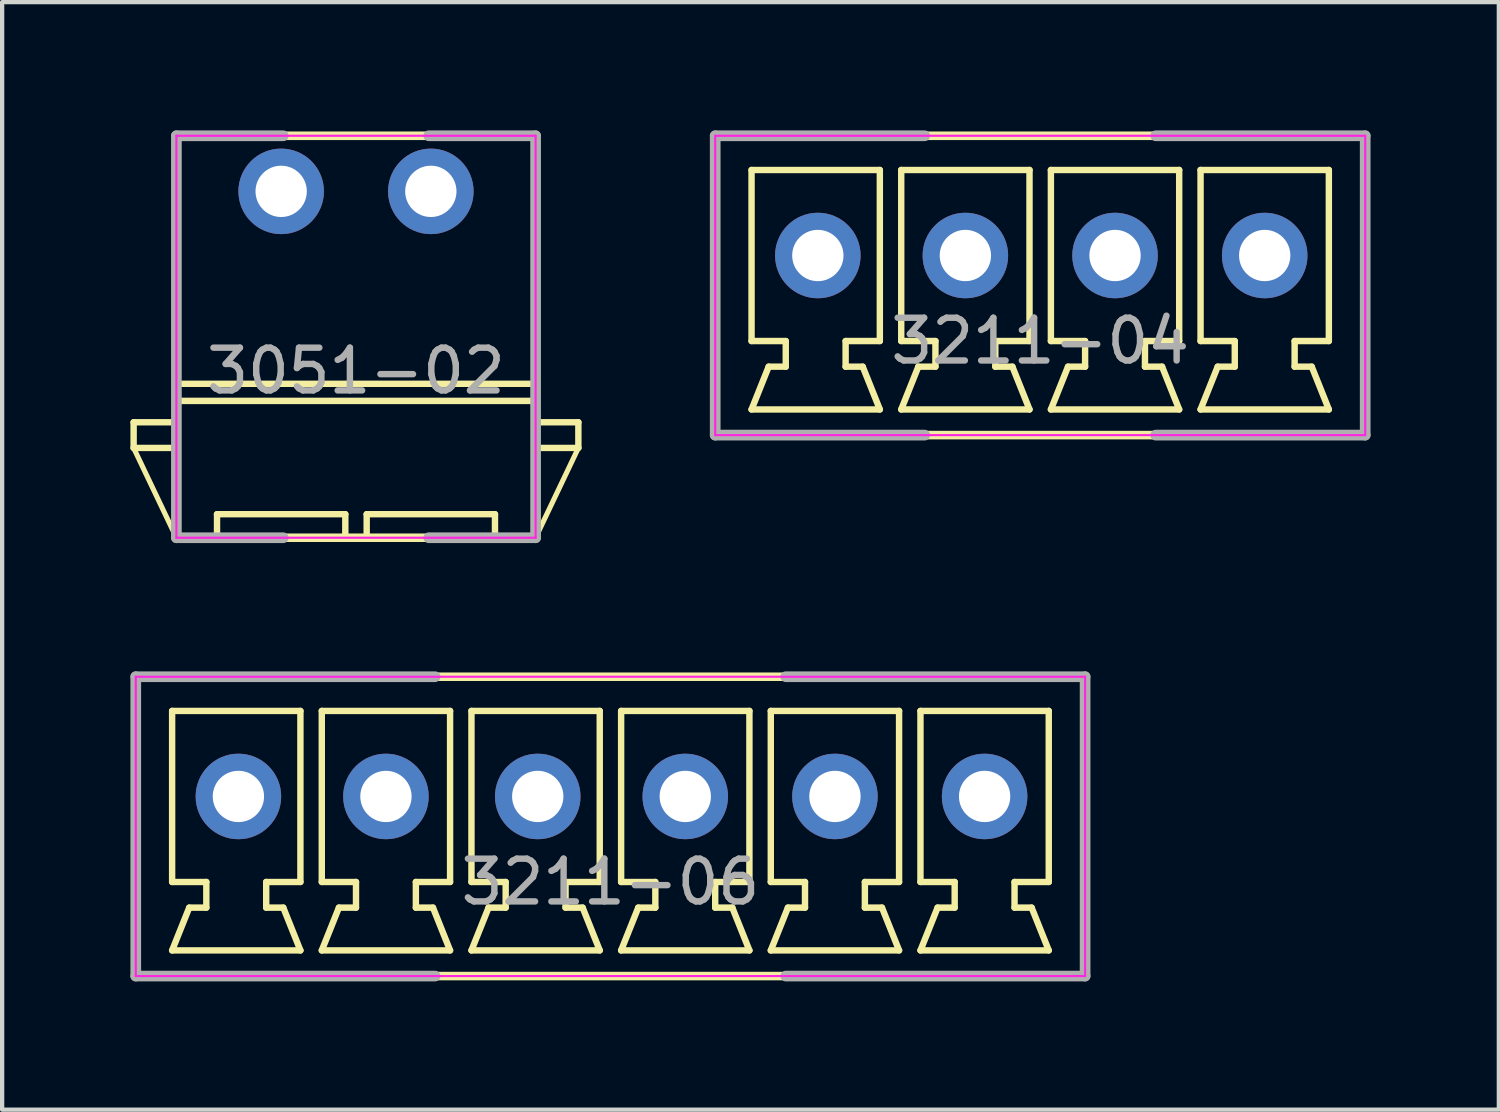
<source format=kicad_pcb>
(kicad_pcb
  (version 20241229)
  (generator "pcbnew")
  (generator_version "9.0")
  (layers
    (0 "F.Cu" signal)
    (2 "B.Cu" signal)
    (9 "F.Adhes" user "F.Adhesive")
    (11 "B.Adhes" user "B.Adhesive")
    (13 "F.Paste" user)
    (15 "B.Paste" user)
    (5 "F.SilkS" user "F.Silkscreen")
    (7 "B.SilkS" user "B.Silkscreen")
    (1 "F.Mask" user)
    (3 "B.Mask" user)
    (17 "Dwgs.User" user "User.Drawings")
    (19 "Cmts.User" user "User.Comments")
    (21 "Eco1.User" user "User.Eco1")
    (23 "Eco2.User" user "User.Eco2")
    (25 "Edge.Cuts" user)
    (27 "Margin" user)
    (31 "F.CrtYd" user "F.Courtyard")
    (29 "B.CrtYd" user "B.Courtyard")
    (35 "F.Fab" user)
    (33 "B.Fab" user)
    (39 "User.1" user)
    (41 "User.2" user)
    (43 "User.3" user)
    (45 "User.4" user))
  (footprint "3211-06"
    (layer "F.Cu")
    (at 11.225 15.575)
    (property "Reference" "3211-06" (at 0 2 180) (layer "F.Fab") (effects (font (size 1 1) (thickness 0.15))))
    (attr through_hole)
    (fp_line (start -11.1 4.2) (end -11.1 -2.8) (stroke (width 0.2) (type solid)) (layer "F.SilkS"))
    (fp_line (start -10.25 -2) (end -10.25 2) (stroke (width 0.15) (type solid)) (layer "F.SilkS"))
    (fp_line (start -10.25 3.6) (end -9.85 2.6) (stroke (width 0.15) (type solid)) (layer "F.SilkS"))
    (fp_line (start -9.85 2.6) (end -9.45 2.6) (stroke (width 0.15) (type solid)) (layer "F.SilkS"))
    (fp_line (start -9.45 2) (end -10.25 2) (stroke (width 0.15) (type solid)) (layer "F.SilkS"))
    (fp_line (start -9.45 2) (end -9.45 2.6) (stroke (width 0.15) (type solid)) (layer "F.SilkS"))
    (fp_line (start -8.05 2) (end -8.05 2.6) (stroke (width 0.15) (type solid)) (layer "F.SilkS"))
    (fp_line (start -8.05 2.6) (end -7.65 2.6) (stroke (width 0.15) (type solid)) (layer "F.SilkS"))
    (fp_line (start -7.65 2.6) (end -7.25 3.6) (stroke (width 0.15) (type solid)) (layer "F.SilkS"))
    (fp_line (start -7.25 -2) (end -10.25 -2) (stroke (width 0.15) (type solid)) (layer "F.SilkS"))
    (fp_line (start -7.25 -2) (end -7.25 2) (stroke (width 0.15) (type solid)) (layer "F.SilkS"))
    (fp_line (start -7.25 2) (end -8.05 2) (stroke (width 0.15) (type solid)) (layer "F.SilkS"))
    (fp_line (start -7.25 3.6) (end -10.25 3.6) (stroke (width 0.15) (type solid)) (layer "F.SilkS"))
    (fp_line (start -6.75 -2) (end -6.75 2) (stroke (width 0.15) (type solid)) (layer "F.SilkS"))
    (fp_line (start -6.75 3.6) (end -6.35 2.6) (stroke (width 0.15) (type solid)) (layer "F.SilkS"))
    (fp_line (start -6.35 2.6) (end -5.95 2.6) (stroke (width 0.15) (type solid)) (layer "F.SilkS"))
    (fp_line (start -5.95 2) (end -6.75 2) (stroke (width 0.15) (type solid)) (layer "F.SilkS"))
    (fp_line (start -5.95 2) (end -5.95 2.6) (stroke (width 0.15) (type solid)) (layer "F.SilkS"))
    (fp_line (start -4.55 2) (end -4.55 2.6) (stroke (width 0.15) (type solid)) (layer "F.SilkS"))
    (fp_line (start -4.55 2.6) (end -4.15 2.6) (stroke (width 0.15) (type solid)) (layer "F.SilkS"))
    (fp_line (start -4.15 2.6) (end -3.75 3.6) (stroke (width 0.15) (type solid)) (layer "F.SilkS"))
    (fp_line (start -3.75 -2) (end -6.75 -2) (stroke (width 0.15) (type solid)) (layer "F.SilkS"))
    (fp_line (start -3.75 -2) (end -3.75 2) (stroke (width 0.15) (type solid)) (layer "F.SilkS"))
    (fp_line (start -3.75 2) (end -4.55 2) (stroke (width 0.15) (type solid)) (layer "F.SilkS"))
    (fp_line (start -3.75 3.6) (end -6.75 3.6) (stroke (width 0.15) (type solid)) (layer "F.SilkS"))
    (fp_line (start -3.25 -2) (end -3.25 2) (stroke (width 0.15) (type solid)) (layer "F.SilkS"))
    (fp_line (start -3.25 3.6) (end -2.85 2.6) (stroke (width 0.15) (type solid)) (layer "F.SilkS"))
    (fp_line (start -2.85 2.6) (end -2.45 2.6) (stroke (width 0.15) (type solid)) (layer "F.SilkS"))
    (fp_line (start -2.45 2) (end -3.25 2) (stroke (width 0.15) (type solid)) (layer "F.SilkS"))
    (fp_line (start -2.45 2) (end -2.45 2.6) (stroke (width 0.15) (type solid)) (layer "F.SilkS"))
    (fp_line (start -1.05 2) (end -1.05 2.6) (stroke (width 0.15) (type solid)) (layer "F.SilkS"))
    (fp_line (start -1.05 2.6) (end -0.65 2.6) (stroke (width 0.15) (type solid)) (layer "F.SilkS"))
    (fp_line (start -0.65 2.6) (end -0.25 3.6) (stroke (width 0.15) (type solid)) (layer "F.SilkS"))
    (fp_line (start -0.25 -2) (end -3.25 -2) (stroke (width 0.15) (type solid)) (layer "F.SilkS"))
    (fp_line (start -0.25 -2) (end -0.25 2) (stroke (width 0.15) (type solid)) (layer "F.SilkS"))
    (fp_line (start -0.25 2) (end -1.05 2) (stroke (width 0.15) (type solid)) (layer "F.SilkS"))
    (fp_line (start -0.25 3.6) (end -3.25 3.6) (stroke (width 0.15) (type solid)) (layer "F.SilkS"))
    (fp_line (start 0.25 -2) (end 0.25 2) (stroke (width 0.15) (type solid)) (layer "F.SilkS"))
    (fp_line (start 0.25 3.6) (end 0.65 2.6) (stroke (width 0.15) (type solid)) (layer "F.SilkS"))
    (fp_line (start 0.65 2.6) (end 1.05 2.6) (stroke (width 0.15) (type solid)) (layer "F.SilkS"))
    (fp_line (start 1.05 2) (end 0.25 2) (stroke (width 0.15) (type solid)) (layer "F.SilkS"))
    (fp_line (start 1.05 2) (end 1.05 2.6) (stroke (width 0.15) (type solid)) (layer "F.SilkS"))
    (fp_line (start 2.45 2) (end 2.45 2.6) (stroke (width 0.15) (type solid)) (layer "F.SilkS"))
    (fp_line (start 2.45 2.6) (end 2.85 2.6) (stroke (width 0.15) (type solid)) (layer "F.SilkS"))
    (fp_line (start 2.85 2.6) (end 3.25 3.6) (stroke (width 0.15) (type solid)) (layer "F.SilkS"))
    (fp_line (start 3.25 -2) (end 0.25 -2) (stroke (width 0.15) (type solid)) (layer "F.SilkS"))
    (fp_line (start 3.25 -2) (end 3.25 2) (stroke (width 0.15) (type solid)) (layer "F.SilkS"))
    (fp_line (start 3.25 2) (end 2.45 2) (stroke (width 0.15) (type solid)) (layer "F.SilkS"))
    (fp_line (start 3.25 3.6) (end 0.25 3.6) (stroke (width 0.15) (type solid)) (layer "F.SilkS"))
    (fp_line (start 3.75 -2) (end 3.75 2) (stroke (width 0.15) (type solid)) (layer "F.SilkS"))
    (fp_line (start 3.75 3.6) (end 4.15 2.6) (stroke (width 0.15) (type solid)) (layer "F.SilkS"))
    (fp_line (start 4.15 2.6) (end 4.55 2.6) (stroke (width 0.15) (type solid)) (layer "F.SilkS"))
    (fp_line (start 4.55 2) (end 3.75 2) (stroke (width 0.15) (type solid)) (layer "F.SilkS"))
    (fp_line (start 4.55 2) (end 4.55 2.6) (stroke (width 0.15) (type solid)) (layer "F.SilkS"))
    (fp_line (start 5.95 2) (end 5.95 2.6) (stroke (width 0.15) (type solid)) (layer "F.SilkS"))
    (fp_line (start 5.95 2.6) (end 6.35 2.6) (stroke (width 0.15) (type solid)) (layer "F.SilkS"))
    (fp_line (start 6.35 2.6) (end 6.75 3.6) (stroke (width 0.15) (type solid)) (layer "F.SilkS"))
    (fp_line (start 6.75 -2) (end 3.75 -2) (stroke (width 0.15) (type solid)) (layer "F.SilkS"))
    (fp_line (start 6.75 -2) (end 6.75 2) (stroke (width 0.15) (type solid)) (layer "F.SilkS"))
    (fp_line (start 6.75 2) (end 5.95 2) (stroke (width 0.15) (type solid)) (layer "F.SilkS"))
    (fp_line (start 6.75 3.6) (end 3.75 3.6) (stroke (width 0.15) (type solid)) (layer "F.SilkS"))
    (fp_line (start 7.25 -2) (end 7.25 2) (stroke (width 0.15) (type solid)) (layer "F.SilkS"))
    (fp_line (start 7.25 3.6) (end 7.65 2.6) (stroke (width 0.15) (type solid)) (layer "F.SilkS"))
    (fp_line (start 7.65 2.6) (end 8.05 2.6) (stroke (width 0.15) (type solid)) (layer "F.SilkS"))
    (fp_line (start 8.05 2) (end 7.25 2) (stroke (width 0.15) (type solid)) (layer "F.SilkS"))
    (fp_line (start 8.05 2) (end 8.05 2.6) (stroke (width 0.15) (type solid)) (layer "F.SilkS"))
    (fp_line (start 9.45 2) (end 9.45 2.6) (stroke (width 0.15) (type solid)) (layer "F.SilkS"))
    (fp_line (start 9.45 2.6) (end 9.85 2.6) (stroke (width 0.15) (type solid)) (layer "F.SilkS"))
    (fp_line (start 9.85 2.6) (end 10.25 3.6) (stroke (width 0.15) (type solid)) (layer "F.SilkS"))
    (fp_line (start 10.25 -2) (end 7.25 -2) (stroke (width 0.15) (type solid)) (layer "F.SilkS"))
    (fp_line (start 10.25 -2) (end 10.25 2) (stroke (width 0.15) (type solid)) (layer "F.SilkS"))
    (fp_line (start 10.25 2) (end 9.45 2) (stroke (width 0.15) (type solid)) (layer "F.SilkS"))
    (fp_line (start 10.25 3.6) (end 7.25 3.6) (stroke (width 0.15) (type solid)) (layer "F.SilkS"))
    (fp_line (start 11.1 -2.8) (end -11.1 -2.8) (stroke (width 0.2) (type solid)) (layer "F.SilkS"))
    (fp_line (start 11.1 4.2) (end -11.1 4.2) (stroke (width 0.2) (type solid)) (layer "F.SilkS"))
    (fp_line (start 11.1 4.2) (end 11.1 -2.8) (stroke (width 0.2) (type solid)) (layer "F.SilkS"))
    (fp_line (start -11.1 4.2) (end -11.1 -2.8) (stroke (width 0.05) (type solid)) (layer "F.CrtYd"))
    (fp_line (start 11.1 -2.8) (end -11.1 -2.8) (stroke (width 0.05) (type solid)) (layer "F.CrtYd"))
    (fp_line (start 11.1 4.2) (end -11.1 4.2) (stroke (width 0.05) (type solid)) (layer "F.CrtYd"))
    (fp_line (start 11.1 4.2) (end 11.1 -2.8) (stroke (width 0.05) (type solid)) (layer "F.CrtYd"))
    (fp_line (start -11.1 4.2) (end -11.1 -2.8) (stroke (width 0.25) (type solid)) (layer "F.Fab"))
    (fp_line (start -4.1 -2.8) (end -11.1 -2.8) (stroke (width 0.25) (type solid)) (layer "F.Fab"))
    (fp_line (start -4.1 4.2) (end -11.1 4.2) (stroke (width 0.25) (type solid)) (layer "F.Fab"))
    (fp_line (start 11.1 -2.8) (end 4.1 -2.8) (stroke (width 0.25) (type solid)) (layer "F.Fab"))
    (fp_line (start 11.1 4.2) (end 4.1 4.2) (stroke (width 0.25) (type solid)) (layer "F.Fab"))
    (fp_line (start 11.1 4.2) (end 11.1 -2.8) (stroke (width 0.25) (type solid)) (layer "F.Fab"))
    (pad "1" thru_hole circle (at -8.7 0) (size 2 2) (drill 1.2) (layers "*.Cu" "*.Mask"))
    (pad "2" thru_hole circle (at -5.25 0) (size 2 2) (drill 1.2) (layers "*.Cu" "*.Mask"))
    (pad "3" thru_hole circle (at -1.7 0) (size 2 2) (drill 1.2) (layers "*.Cu" "*.Mask"))
    (pad "4" thru_hole circle (at 1.75 0) (size 2 2) (drill 1.2) (layers "*.Cu" "*.Mask"))
    (pad "5" thru_hole circle (at 5.25 0) (size 2 2) (drill 1.2) (layers "*.Cu" "*.Mask"))
    (pad "6" thru_hole circle (at 8.75 0) (size 2 2) (drill 1.2) (layers "*.Cu" "*.Mask")))
  (footprint "3051-02"
    (layer "F.Cu")
    (at 5.275 1.425)
    (property "Reference" "3051-02" (at 0 4.2 0) (layer "F.Fab") (effects (font (size 1 1) (thickness 0.15))))
    (attr through_hole)
    (fp_line (start -5.2 5.4) (end -5.2 6) (stroke (width 0.15) (type solid)) (layer "F.SilkS"))
    (fp_line (start -5.2 6) (end -4.2 6) (stroke (width 0.15) (type solid)) (layer "F.SilkS"))
    (fp_line (start -5.2 6) (end -4.2 8.1) (stroke (width 0.12) (type solid)) (layer "F.SilkS"))
    (fp_line (start -4.2 -1.3) (end -4.2 8.1) (stroke (width 0.2) (type solid)) (layer "F.SilkS"))
    (fp_line (start -4.2 -1.3) (end 4.2 -1.3) (stroke (width 0.2) (type solid)) (layer "F.SilkS"))
    (fp_line (start -4.2 4.5) (end 4.2 4.5) (stroke (width 0.15) (type solid)) (layer "F.SilkS"))
    (fp_line (start -4.2 5.4) (end -5.2 5.4) (stroke (width 0.15) (type solid)) (layer "F.SilkS"))
    (fp_line (start -4.2 8.1) (end 4.2 8.1) (stroke (width 0.2) (type solid)) (layer "F.SilkS"))
    (fp_line (start -3.25 7.55) (end -0.25 7.55) (stroke (width 0.15) (type solid)) (layer "F.SilkS"))
    (fp_line (start -3.25 8.1) (end -3.25 7.55) (stroke (width 0.15) (type solid)) (layer "F.SilkS"))
    (fp_line (start -0.25 7.55) (end -0.25 8) (stroke (width 0.15) (type solid)) (layer "F.SilkS"))
    (fp_line (start 0.25 7.55) (end 3.25 7.55) (stroke (width 0.15) (type solid)) (layer "F.SilkS"))
    (fp_line (start 0.25 8) (end 0.25 7.55) (stroke (width 0.15) (type solid)) (layer "F.SilkS"))
    (fp_line (start 3.25 7.55) (end 3.25 8.1) (stroke (width 0.15) (type solid)) (layer "F.SilkS"))
    (fp_line (start 4.2 -1.3) (end 4.2 8.1) (stroke (width 0.2) (type solid)) (layer "F.SilkS"))
    (fp_line (start 4.2 4.9) (end -4.2 4.9) (stroke (width 0.15) (type solid)) (layer "F.SilkS"))
    (fp_line (start 4.2 6) (end 5.2 6) (stroke (width 0.15) (type solid)) (layer "F.SilkS"))
    (fp_line (start 5.2 5.4) (end 4.2 5.4) (stroke (width 0.15) (type solid)) (layer "F.SilkS"))
    (fp_line (start 5.2 6) (end 4.2 8.1) (stroke (width 0.12) (type solid)) (layer "F.SilkS"))
    (fp_line (start 5.2 6) (end 5.2 5.4) (stroke (width 0.15) (type solid)) (layer "F.SilkS"))
    (fp_line (start -4.2 -1.3) (end -4.2 8.1) (stroke (width 0.05) (type solid)) (layer "F.CrtYd"))
    (fp_line (start -4.2 8.1) (end 4.2 8.1) (stroke (width 0.05) (type solid)) (layer "F.CrtYd"))
    (fp_line (start 4.2 -1.3) (end -4.2 -1.3) (stroke (width 0.05) (type solid)) (layer "F.CrtYd"))
    (fp_line (start 4.2 8.1) (end 4.2 -1.3) (stroke (width 0.05) (type solid)) (layer "F.CrtYd"))
    (fp_line (start -4.2 -1.3) (end -4.2 8.1) (stroke (width 0.25) (type solid)) (layer "F.Fab"))
    (fp_line (start -4.2 8.1) (end -1.7 8.1) (stroke (width 0.25) (type solid)) (layer "F.Fab"))
    (fp_line (start -1.7 -1.3) (end -4.2 -1.3) (stroke (width 0.25) (type solid)) (layer "F.Fab"))
    (fp_line (start 1.7 -1.3) (end 4.2 -1.3) (stroke (width 0.25) (type solid)) (layer "F.Fab"))
    (fp_line (start 4.2 -1.3) (end 4.2 8.1) (stroke (width 0.25) (type solid)) (layer "F.Fab"))
    (fp_line (start 4.2 8.1) (end 1.7 8.1) (stroke (width 0.25) (type solid)) (layer "F.Fab"))
    (pad "1" thru_hole circle (at -1.75 0 180) (size 2 2) (drill 1.2) (layers "*.Cu" "*.Mask"))
    (pad "2" thru_hole circle (at 1.75 0 180) (size 2 2) (drill 1.2) (layers "*.Cu" "*.Mask")))
  (footprint "3211-04"
    (layer "F.Cu")
    (at 21.275 2.925)
    (property "Reference" "3211-04" (at 0 2 180) (layer "F.Fab") (effects (font (size 1 1) (thickness 0.15))))
    (attr through_hole)
    (fp_line (start -7.6 4.2) (end -7.6 -2.8) (stroke (width 0.2) (type solid)) (layer "F.SilkS"))
    (fp_line (start -6.75 -2) (end -6.75 2) (stroke (width 0.15) (type solid)) (layer "F.SilkS"))
    (fp_line (start -6.75 3.6) (end -6.35 2.6) (stroke (width 0.15) (type solid)) (layer "F.SilkS"))
    (fp_line (start -6.35 2.6) (end -5.95 2.6) (stroke (width 0.15) (type solid)) (layer "F.SilkS"))
    (fp_line (start -5.95 2) (end -6.75 2) (stroke (width 0.15) (type solid)) (layer "F.SilkS"))
    (fp_line (start -5.95 2) (end -5.95 2.6) (stroke (width 0.15) (type solid)) (layer "F.SilkS"))
    (fp_line (start -4.55 2) (end -4.55 2.6) (stroke (width 0.15) (type solid)) (layer "F.SilkS"))
    (fp_line (start -4.55 2.6) (end -4.15 2.6) (stroke (width 0.15) (type solid)) (layer "F.SilkS"))
    (fp_line (start -4.15 2.6) (end -3.75 3.6) (stroke (width 0.15) (type solid)) (layer "F.SilkS"))
    (fp_line (start -3.75 -2) (end -6.75 -2) (stroke (width 0.15) (type solid)) (layer "F.SilkS"))
    (fp_line (start -3.75 -2) (end -3.75 2) (stroke (width 0.15) (type solid)) (layer "F.SilkS"))
    (fp_line (start -3.75 2) (end -4.55 2) (stroke (width 0.15) (type solid)) (layer "F.SilkS"))
    (fp_line (start -3.75 3.6) (end -6.75 3.6) (stroke (width 0.15) (type solid)) (layer "F.SilkS"))
    (fp_line (start -3.25 -2) (end -3.25 2) (stroke (width 0.15) (type solid)) (layer "F.SilkS"))
    (fp_line (start -3.25 3.6) (end -2.85 2.6) (stroke (width 0.15) (type solid)) (layer "F.SilkS"))
    (fp_line (start -2.85 2.6) (end -2.45 2.6) (stroke (width 0.15) (type solid)) (layer "F.SilkS"))
    (fp_line (start -2.45 2) (end -3.25 2) (stroke (width 0.15) (type solid)) (layer "F.SilkS"))
    (fp_line (start -2.45 2) (end -2.45 2.6) (stroke (width 0.15) (type solid)) (layer "F.SilkS"))
    (fp_line (start -1.05 2) (end -1.05 2.6) (stroke (width 0.15) (type solid)) (layer "F.SilkS"))
    (fp_line (start -1.05 2.6) (end -0.65 2.6) (stroke (width 0.15) (type solid)) (layer "F.SilkS"))
    (fp_line (start -0.65 2.6) (end -0.25 3.6) (stroke (width 0.15) (type solid)) (layer "F.SilkS"))
    (fp_line (start -0.25 -2) (end -3.25 -2) (stroke (width 0.15) (type solid)) (layer "F.SilkS"))
    (fp_line (start -0.25 -2) (end -0.25 2) (stroke (width 0.15) (type solid)) (layer "F.SilkS"))
    (fp_line (start -0.25 2) (end -1.05 2) (stroke (width 0.15) (type solid)) (layer "F.SilkS"))
    (fp_line (start -0.25 3.6) (end -3.25 3.6) (stroke (width 0.15) (type solid)) (layer "F.SilkS"))
    (fp_line (start 0.25 -2) (end 0.25 2) (stroke (width 0.15) (type solid)) (layer "F.SilkS"))
    (fp_line (start 0.25 3.6) (end 0.65 2.6) (stroke (width 0.15) (type solid)) (layer "F.SilkS"))
    (fp_line (start 0.65 2.6) (end 1.05 2.6) (stroke (width 0.15) (type solid)) (layer "F.SilkS"))
    (fp_line (start 1.05 2) (end 0.25 2) (stroke (width 0.15) (type solid)) (layer "F.SilkS"))
    (fp_line (start 1.05 2) (end 1.05 2.6) (stroke (width 0.15) (type solid)) (layer "F.SilkS"))
    (fp_line (start 2.45 2) (end 2.45 2.6) (stroke (width 0.15) (type solid)) (layer "F.SilkS"))
    (fp_line (start 2.45 2.6) (end 2.85 2.6) (stroke (width 0.15) (type solid)) (layer "F.SilkS"))
    (fp_line (start 2.85 2.6) (end 3.25 3.6) (stroke (width 0.15) (type solid)) (layer "F.SilkS"))
    (fp_line (start 3.25 -2) (end 0.25 -2) (stroke (width 0.15) (type solid)) (layer "F.SilkS"))
    (fp_line (start 3.25 -2) (end 3.25 2) (stroke (width 0.15) (type solid)) (layer "F.SilkS"))
    (fp_line (start 3.25 2) (end 2.45 2) (stroke (width 0.15) (type solid)) (layer "F.SilkS"))
    (fp_line (start 3.25 3.6) (end 0.25 3.6) (stroke (width 0.15) (type solid)) (layer "F.SilkS"))
    (fp_line (start 3.75 -2) (end 3.75 2) (stroke (width 0.15) (type solid)) (layer "F.SilkS"))
    (fp_line (start 3.75 3.6) (end 4.15 2.6) (stroke (width 0.15) (type solid)) (layer "F.SilkS"))
    (fp_line (start 4.15 2.6) (end 4.55 2.6) (stroke (width 0.15) (type solid)) (layer "F.SilkS"))
    (fp_line (start 4.55 2) (end 3.75 2) (stroke (width 0.15) (type solid)) (layer "F.SilkS"))
    (fp_line (start 4.55 2) (end 4.55 2.6) (stroke (width 0.15) (type solid)) (layer "F.SilkS"))
    (fp_line (start 5.95 2) (end 5.95 2.6) (stroke (width 0.15) (type solid)) (layer "F.SilkS"))
    (fp_line (start 5.95 2.6) (end 6.35 2.6) (stroke (width 0.15) (type solid)) (layer "F.SilkS"))
    (fp_line (start 6.35 2.6) (end 6.75 3.6) (stroke (width 0.15) (type solid)) (layer "F.SilkS"))
    (fp_line (start 6.75 -2) (end 3.75 -2) (stroke (width 0.15) (type solid)) (layer "F.SilkS"))
    (fp_line (start 6.75 -2) (end 6.75 2) (stroke (width 0.15) (type solid)) (layer "F.SilkS"))
    (fp_line (start 6.75 2) (end 5.95 2) (stroke (width 0.15) (type solid)) (layer "F.SilkS"))
    (fp_line (start 6.75 3.6) (end 3.75 3.6) (stroke (width 0.15) (type solid)) (layer "F.SilkS"))
    (fp_line (start 7.6 -2.8) (end -7.6 -2.8) (stroke (width 0.2) (type solid)) (layer "F.SilkS"))
    (fp_line (start 7.6 4.2) (end -7.6 4.2) (stroke (width 0.2) (type solid)) (layer "F.SilkS"))
    (fp_line (start 7.6 4.2) (end 7.6 -2.8) (stroke (width 0.2) (type solid)) (layer "F.SilkS"))
    (fp_line (start -7.6 4.2) (end -7.6 -2.8) (stroke (width 0.05) (type solid)) (layer "F.CrtYd"))
    (fp_line (start 7.6 -2.8) (end -7.6 -2.8) (stroke (width 0.05) (type solid)) (layer "F.CrtYd"))
    (fp_line (start 7.6 4.2) (end -7.6 4.2) (stroke (width 0.05) (type solid)) (layer "F.CrtYd"))
    (fp_line (start 7.6 4.2) (end 7.6 -2.8) (stroke (width 0.05) (type solid)) (layer "F.CrtYd"))
    (fp_line (start -7.6 -2.8) (end -2.7 -2.8) (stroke (width 0.25) (type solid)) (layer "F.Fab"))
    (fp_line (start -7.6 4.2) (end -7.6 -2.8) (stroke (width 0.25) (type solid)) (layer "F.Fab"))
    (fp_line (start -7.6 4.2) (end -2.7 4.2) (stroke (width 0.25) (type solid)) (layer "F.Fab"))
    (fp_line (start 2.7 -2.8) (end 7.6 -2.8) (stroke (width 0.25) (type solid)) (layer "F.Fab"))
    (fp_line (start 2.7 4.2) (end 7.6 4.2) (stroke (width 0.25) (type solid)) (layer "F.Fab"))
    (fp_line (start 7.6 4.2) (end 7.6 -2.8) (stroke (width 0.25) (type solid)) (layer "F.Fab"))
    (pad "1" thru_hole circle (at -5.2 0) (size 2 2) (drill 1.2) (layers "*.Cu" "*.Mask"))
    (pad "2" thru_hole circle (at -1.75 0) (size 2 2) (drill 1.2) (layers "*.Cu" "*.Mask"))
    (pad "3" thru_hole circle (at 1.75 0) (size 2 2) (drill 1.2) (layers "*.Cu" "*.Mask"))
    (pad "4" thru_hole circle (at 5.25 0) (size 2 2) (drill 1.2) (layers "*.Cu" "*.Mask")))
  (gr_rect
    (start -3 -3)
    (end 32 22.9)
    (stroke (width 0.1) (type default))
    (fill no)
    (layer "Edge.Cuts")))
</source>
